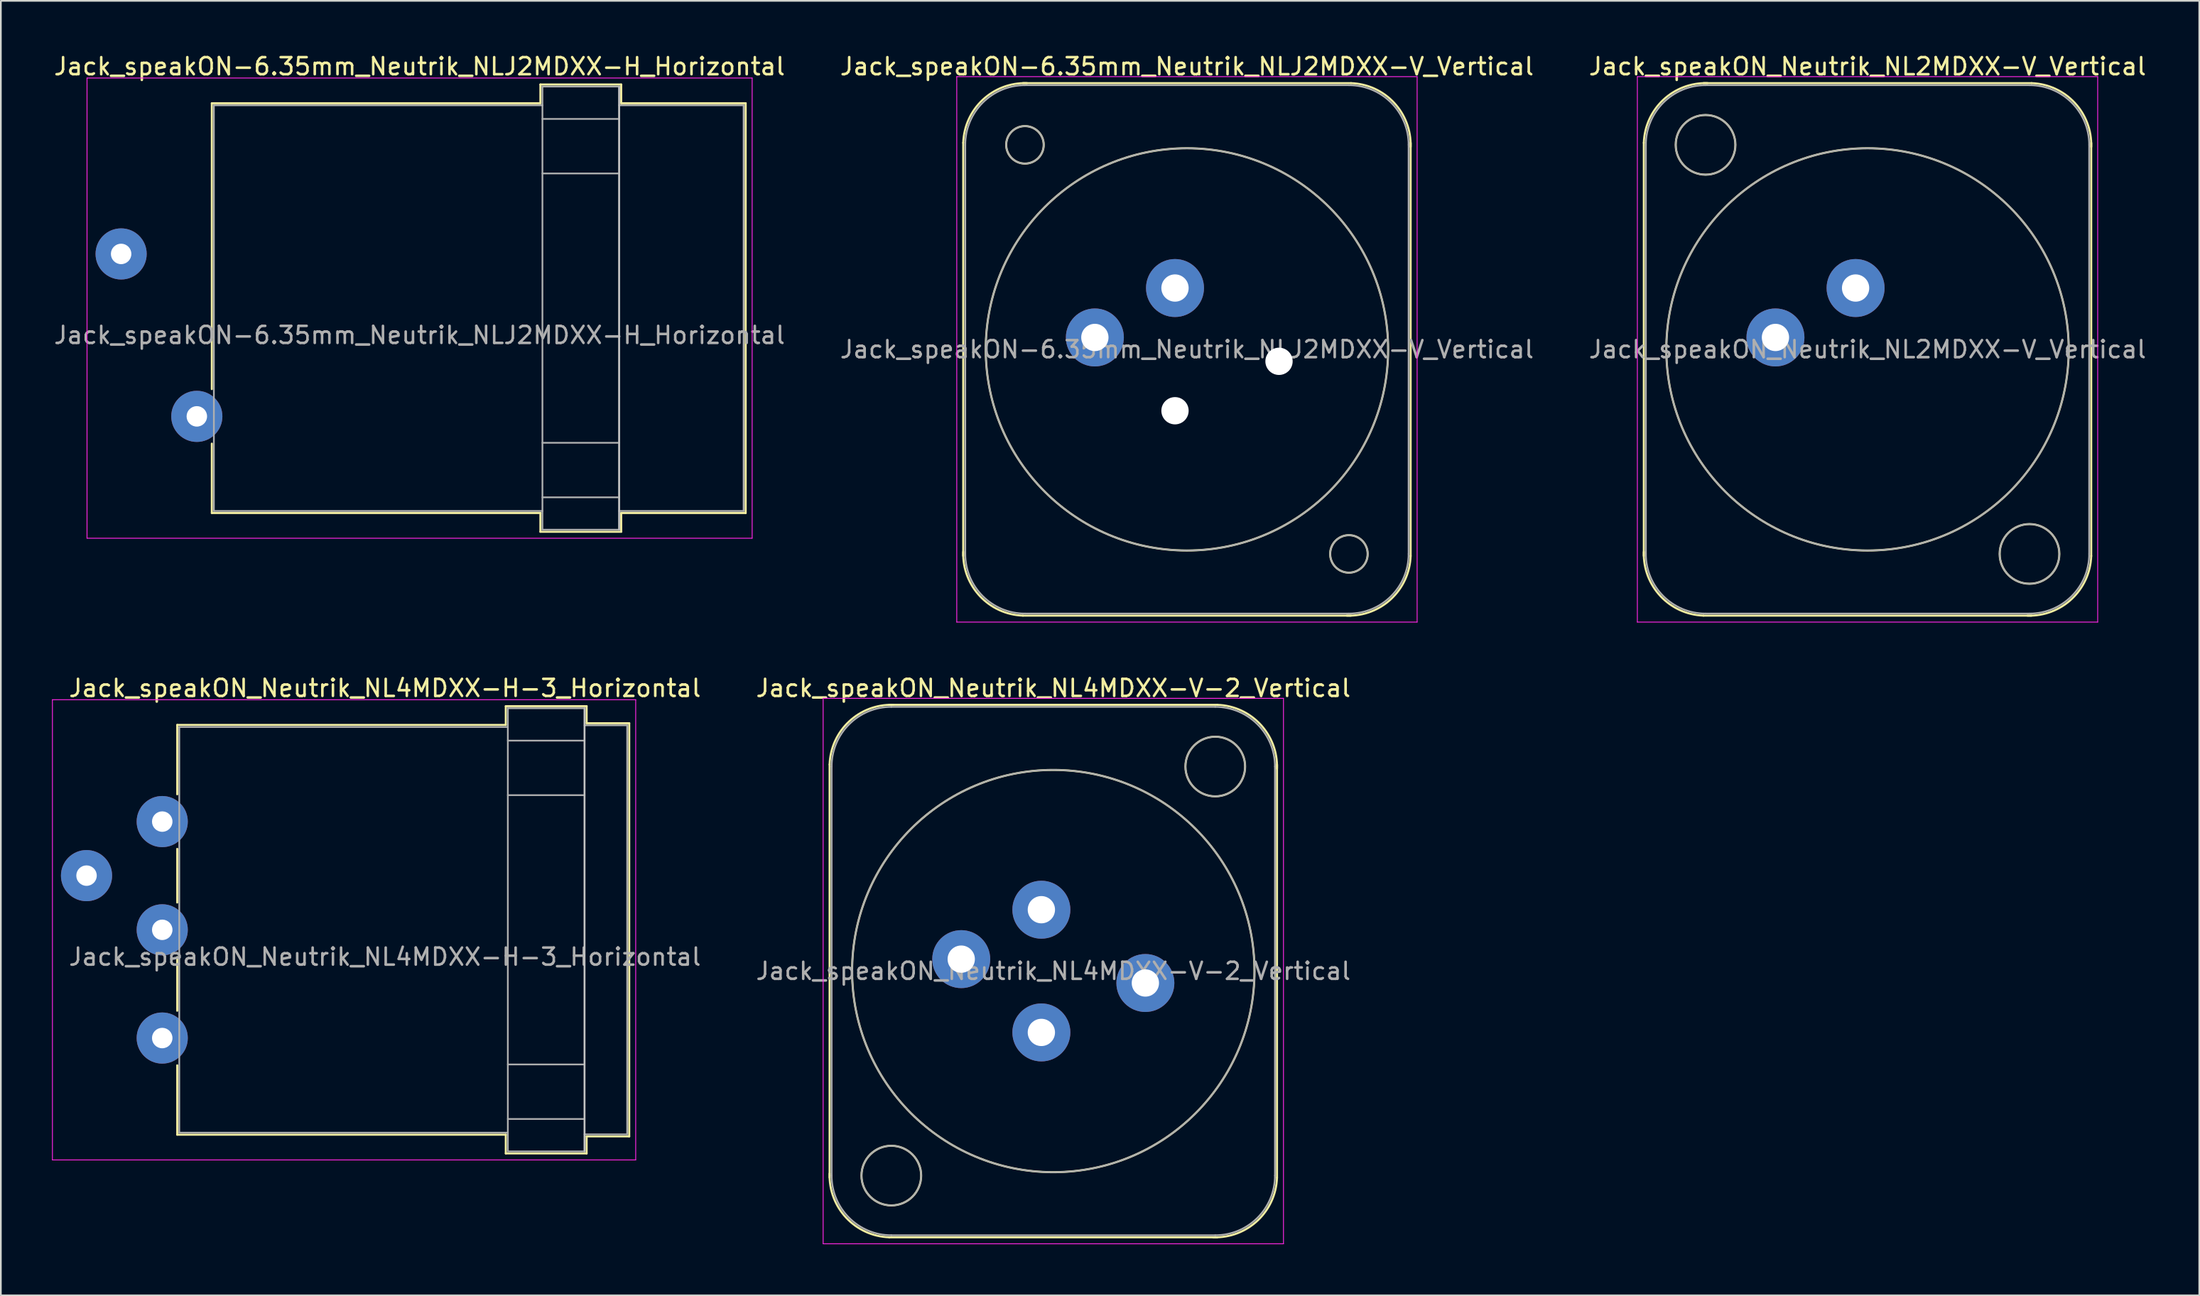
<source format=kicad_pcb>
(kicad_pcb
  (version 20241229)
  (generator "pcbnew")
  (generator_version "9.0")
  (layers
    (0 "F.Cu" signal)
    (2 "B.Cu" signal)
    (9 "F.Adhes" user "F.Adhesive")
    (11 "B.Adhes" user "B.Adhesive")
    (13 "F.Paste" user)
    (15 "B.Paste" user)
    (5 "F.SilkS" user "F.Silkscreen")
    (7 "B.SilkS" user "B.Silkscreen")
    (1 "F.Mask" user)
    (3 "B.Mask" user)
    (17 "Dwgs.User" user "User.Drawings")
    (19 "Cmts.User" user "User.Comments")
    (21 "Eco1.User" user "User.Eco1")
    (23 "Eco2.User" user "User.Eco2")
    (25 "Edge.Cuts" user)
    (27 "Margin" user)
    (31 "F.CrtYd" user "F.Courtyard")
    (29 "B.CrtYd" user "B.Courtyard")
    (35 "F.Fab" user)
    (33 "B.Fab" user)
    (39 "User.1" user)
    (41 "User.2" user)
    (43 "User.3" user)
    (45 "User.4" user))
  (footprint "Jack_speakON_Neutrik_NL2MDXX-V_Vertical"
    (layer "F.Cu")
    (at 105.782 13.848)
    (property "Reference" "Jack_speakON_Neutrik_NL2MDXX-V_Vertical" (at 0.7 -13 0) (layer "F.SilkS") (effects (font (size 1 1) (thickness 0.15))))
    (attr through_hole)
    (fp_line (start -12.42 15.72) (end -12.42 -8.52) (stroke (width 0.12) (type solid)) (layer "F.SilkS"))
    (fp_line (start -8.92 -12.02) (end 10.32 -12.02) (stroke (width 0.12) (type solid)) (layer "F.SilkS"))
    (fp_line (start -8.92 19.22) (end 10.32 19.22) (stroke (width 0.12) (type solid)) (layer "F.SilkS"))
    (fp_line (start 13.82 15.72) (end 13.82 -8.52) (stroke (width 0.12) (type solid)) (layer "F.SilkS"))
    (fp_arc (start -12.42 -8.52) (mid -11.274874 -11.044579) (end -8.68 -12.02) (stroke (width 0.12) (type solid)) (layer "F.SilkS"))
    (fp_arc (start -8.92 19.22) (mid -11.444579 18.074874) (end -12.42 15.48) (stroke (width 0.12) (type solid)) (layer "F.SilkS"))
    (fp_arc (start 10.32 -12.02) (mid 12.844579 -10.874874) (end 13.82 -8.28) (stroke (width 0.12) (type solid)) (layer "F.SilkS"))
    (fp_arc (start 13.82 15.72) (mid 12.674874 18.244579) (end 10.08 19.22) (stroke (width 0.12) (type solid)) (layer "F.SilkS"))
    (fp_circle (center -8.8 -8.4) (end -7.05 -8.4) (stroke (width 0.12) (type solid)) (fill no) (layer "F.SilkS"))
    (fp_circle (center 0.7 3.6) (end 12.5 3.6) (stroke (width 0.12) (type solid)) (fill no) (layer "F.SilkS"))
    (fp_circle (center 10.2 15.6) (end 11.95 15.6) (stroke (width 0.12) (type solid)) (fill no) (layer "F.SilkS"))
    (fp_line (start -12.8 -12.4) (end 14.2 -12.4) (stroke (width 0.05) (type solid)) (layer "F.CrtYd"))
    (fp_line (start -12.8 19.6) (end -12.8 -12.4) (stroke (width 0.05) (type solid)) (layer "F.CrtYd"))
    (fp_line (start -12.8 19.6) (end 14.2 19.6) (stroke (width 0.05) (type solid)) (layer "F.CrtYd"))
    (fp_line (start 14.2 19.6) (end 14.2 -12.4) (stroke (width 0.05) (type solid)) (layer "F.CrtYd"))
    (fp_line (start -12.3 15.6) (end -12.3 -8.4) (stroke (width 0.1) (type solid)) (layer "F.Fab"))
    (fp_line (start -8.8 -11.9) (end 10.2 -11.9) (stroke (width 0.1) (type solid)) (layer "F.Fab"))
    (fp_line (start -8.8 19.1) (end 10.2 19.1) (stroke (width 0.1) (type solid)) (layer "F.Fab"))
    (fp_line (start 13.7 15.6) (end 13.7 -8.4) (stroke (width 0.1) (type solid)) (layer "F.Fab"))
    (fp_arc (start -12.3 -8.4) (mid -11.274874 -10.874874) (end -8.8 -11.9) (stroke (width 0.1) (type solid)) (layer "F.Fab"))
    (fp_arc (start -8.8 19.1) (mid -11.274874 18.074874) (end -12.3 15.6) (stroke (width 0.1) (type solid)) (layer "F.Fab"))
    (fp_arc (start 10.2 -11.9) (mid 12.674874 -10.874874) (end 13.7 -8.4) (stroke (width 0.1) (type solid)) (layer "F.Fab"))
    (fp_arc (start 13.7 15.6) (mid 12.674874 18.074874) (end 10.2 19.1) (stroke (width 0.1) (type solid)) (layer "F.Fab"))
    (fp_circle (center -8.8 -8.4) (end -7.05 -8.4) (stroke (width 0.1) (type solid)) (fill no) (layer "F.Fab"))
    (fp_circle (center 0.7 3.6) (end 12.5 3.6) (stroke (width 0.1) (type solid)) (fill no) (layer "F.Fab"))
    (fp_circle (center 10.2 15.6) (end 8.45 15.6) (stroke (width 0.1) (type solid)) (fill no) (layer "F.Fab"))
    (fp_text user "${REFERENCE}" (at 0.7 3.6 0) (layer "F.Fab") (effects (font (size 1 1) (thickness 0.15))))
    (pad "1+" thru_hole circle (at 0 0) (size 3.4 3.4) (drill 1.6) (layers "*.Cu" "*.Mask"))
    (pad "1-" thru_hole circle (at -4.7 2.9) (size 3.4 3.4) (drill 1.6) (layers "*.Cu" "*.Mask")))
  (footprint "Jack_speakON_Neutrik_NL4MDXX-V-2_Vertical"
    (layer "F.Cu")
    (at 58.027 50.322)
    (property "Reference" "Jack_speakON_Neutrik_NL4MDXX-V-2_Vertical" (at 0.7 -13 0) (layer "F.SilkS") (effects (font (size 1 1) (thickness 0.15))))
    (attr through_hole)
    (fp_line (start -12.42 15.72) (end -12.42 -8.52) (stroke (width 0.12) (type solid)) (layer "F.SilkS"))
    (fp_line (start -8.92 -12.02) (end 10.32 -12.02) (stroke (width 0.12) (type solid)) (layer "F.SilkS"))
    (fp_line (start -8.92 19.22) (end 10.32 19.22) (stroke (width 0.12) (type solid)) (layer "F.SilkS"))
    (fp_line (start 13.82 15.72) (end 13.82 -8.52) (stroke (width 0.12) (type solid)) (layer "F.SilkS"))
    (fp_arc (start -12.42 -8.52) (mid -11.274874 -11.044579) (end -8.68 -12.02) (stroke (width 0.12) (type solid)) (layer "F.SilkS"))
    (fp_arc (start -8.92 19.22) (mid -11.444579 18.074874) (end -12.42 15.48) (stroke (width 0.12) (type solid)) (layer "F.SilkS"))
    (fp_arc (start 10.32 -12.02) (mid 12.844579 -10.874874) (end 13.82 -8.28) (stroke (width 0.12) (type solid)) (layer "F.SilkS"))
    (fp_arc (start 13.82 15.72) (mid 12.674874 18.244579) (end 10.08 19.22) (stroke (width 0.12) (type solid)) (layer "F.SilkS"))
    (fp_circle (center -8.8 15.6) (end -7.05 15.6) (stroke (width 0.12) (type solid)) (fill no) (layer "F.SilkS"))
    (fp_circle (center 0.7 3.6) (end 12.5 3.6) (stroke (width 0.12) (type solid)) (fill no) (layer "F.SilkS"))
    (fp_circle (center 10.2 -8.4) (end 11.95 -8.4) (stroke (width 0.12) (type solid)) (fill no) (layer "F.SilkS"))
    (fp_line (start -12.8 -12.4) (end 14.2 -12.4) (stroke (width 0.05) (type solid)) (layer "F.CrtYd"))
    (fp_line (start -12.8 19.6) (end -12.8 -12.4) (stroke (width 0.05) (type solid)) (layer "F.CrtYd"))
    (fp_line (start -12.8 19.6) (end 14.2 19.6) (stroke (width 0.05) (type solid)) (layer "F.CrtYd"))
    (fp_line (start 14.2 19.6) (end 14.2 -12.4) (stroke (width 0.05) (type solid)) (layer "F.CrtYd"))
    (fp_line (start -12.3 15.6) (end -12.3 -8.4) (stroke (width 0.1) (type solid)) (layer "F.Fab"))
    (fp_line (start -8.8 -11.9) (end 10.2 -11.9) (stroke (width 0.1) (type solid)) (layer "F.Fab"))
    (fp_line (start -8.8 19.1) (end 10.2 19.1) (stroke (width 0.1) (type solid)) (layer "F.Fab"))
    (fp_line (start 13.7 15.6) (end 13.7 -8.4) (stroke (width 0.1) (type solid)) (layer "F.Fab"))
    (fp_arc (start -12.3 -8.4) (mid -11.274874 -10.874874) (end -8.8 -11.9) (stroke (width 0.1) (type solid)) (layer "F.Fab"))
    (fp_arc (start -8.8 19.1) (mid -11.274874 18.074874) (end -12.3 15.6) (stroke (width 0.1) (type solid)) (layer "F.Fab"))
    (fp_arc (start 10.2 -11.9) (mid 12.674874 -10.874874) (end 13.7 -8.4) (stroke (width 0.1) (type solid)) (layer "F.Fab"))
    (fp_arc (start 13.7 15.6) (mid 12.674874 18.074874) (end 10.2 19.1) (stroke (width 0.1) (type solid)) (layer "F.Fab"))
    (fp_circle (center -8.8 15.6) (end -10.55 15.6) (stroke (width 0.1) (type solid)) (fill no) (layer "F.Fab"))
    (fp_circle (center 0.7 3.6) (end 12.5 3.6) (stroke (width 0.1) (type solid)) (fill no) (layer "F.Fab"))
    (fp_circle (center 10.2 -8.4) (end 11.95 -8.4) (stroke (width 0.1) (type solid)) (fill no) (layer "F.Fab"))
    (fp_text user "${REFERENCE}" (at 0.7 3.6 0) (layer "F.Fab") (effects (font (size 1 1) (thickness 0.15))))
    (pad "1+" thru_hole circle (at 0 0) (size 3.4 3.4) (drill 1.6) (layers "*.Cu" "*.Mask"))
    (pad "1-" thru_hole circle (at -4.7 2.9) (size 3.4 3.4) (drill 1.6) (layers "*.Cu" "*.Mask"))
    (pad "2+" thru_hole circle (at 0 7.2) (size 3.4 3.4) (drill 1.6) (layers "*.Cu" "*.Mask"))
    (pad "2-" thru_hole circle (at 6.1 4.3) (size 3.4 3.4) (drill 1.6) (layers "*.Cu" "*.Mask")))
  (footprint "Jack_speakON-6.35mm_Neutrik_NLJ2MDXX-V_Vertical"
    (layer "F.Cu")
    (at 65.865 13.848)
    (property "Reference" "Jack_speakON-6.35mm_Neutrik_NLJ2MDXX-V_Vertical" (at 0.7 -13 0) (layer "F.SilkS") (effects (font (size 1 1) (thickness 0.15))))
    (attr through_hole)
    (fp_line (start -12.42 15.72) (end -12.42 -8.52) (stroke (width 0.12) (type solid)) (layer "F.SilkS"))
    (fp_line (start -8.92 -12.02) (end 10.32 -12.02) (stroke (width 0.12) (type solid)) (layer "F.SilkS"))
    (fp_line (start -8.92 19.22) (end 10.32 19.22) (stroke (width 0.12) (type solid)) (layer "F.SilkS"))
    (fp_line (start 13.82 15.72) (end 13.82 -8.52) (stroke (width 0.12) (type solid)) (layer "F.SilkS"))
    (fp_arc (start -12.42 -8.52) (mid -11.274874 -11.044579) (end -8.68 -12.02) (stroke (width 0.12) (type solid)) (layer "F.SilkS"))
    (fp_arc (start -8.92 19.22) (mid -11.444579 18.074874) (end -12.42 15.48) (stroke (width 0.12) (type solid)) (layer "F.SilkS"))
    (fp_arc (start 10.32 -12.02) (mid 12.844579 -10.874874) (end 13.82 -8.28) (stroke (width 0.12) (type solid)) (layer "F.SilkS"))
    (fp_arc (start 13.82 15.72) (mid 12.674874 18.244579) (end 10.08 19.22) (stroke (width 0.12) (type solid)) (layer "F.SilkS"))
    (fp_circle (center -8.8 -8.4) (end -7.7 -8.4) (stroke (width 0.12) (type solid)) (fill no) (layer "F.SilkS"))
    (fp_circle (center 0.7 3.6) (end 12.5 3.6) (stroke (width 0.12) (type solid)) (fill no) (layer "F.SilkS"))
    (fp_circle (center 10.2 15.6) (end 11.3 15.6) (stroke (width 0.12) (type solid)) (fill no) (layer "F.SilkS"))
    (fp_line (start -12.8 -12.4) (end 14.2 -12.4) (stroke (width 0.05) (type solid)) (layer "F.CrtYd"))
    (fp_line (start -12.8 19.6) (end -12.8 -12.4) (stroke (width 0.05) (type solid)) (layer "F.CrtYd"))
    (fp_line (start -12.8 19.6) (end 14.2 19.6) (stroke (width 0.05) (type solid)) (layer "F.CrtYd"))
    (fp_line (start 14.2 19.6) (end 14.2 -12.4) (stroke (width 0.05) (type solid)) (layer "F.CrtYd"))
    (fp_line (start -12.3 15.6) (end -12.3 -8.4) (stroke (width 0.1) (type solid)) (layer "F.Fab"))
    (fp_line (start -8.8 -11.9) (end 10.2 -11.9) (stroke (width 0.1) (type solid)) (layer "F.Fab"))
    (fp_line (start -8.8 19.1) (end 10.2 19.1) (stroke (width 0.1) (type solid)) (layer "F.Fab"))
    (fp_line (start 13.7 15.6) (end 13.7 -8.4) (stroke (width 0.1) (type solid)) (layer "F.Fab"))
    (fp_arc (start -12.3 -8.4) (mid -11.274874 -10.874874) (end -8.8 -11.9) (stroke (width 0.1) (type solid)) (layer "F.Fab"))
    (fp_arc (start -8.8 19.1) (mid -11.274874 18.074874) (end -12.3 15.6) (stroke (width 0.1) (type solid)) (layer "F.Fab"))
    (fp_arc (start 10.2 -11.9) (mid 12.674874 -10.874874) (end 13.7 -8.4) (stroke (width 0.1) (type solid)) (layer "F.Fab"))
    (fp_arc (start 13.7 15.6) (mid 12.674874 18.074874) (end 10.2 19.1) (stroke (width 0.1) (type solid)) (layer "F.Fab"))
    (fp_circle (center -8.8 -8.4) (end -7.7 -8.4) (stroke (width 0.1) (type solid)) (fill no) (layer "F.Fab"))
    (fp_circle (center 0.7 3.6) (end 12.5 3.6) (stroke (width 0.1) (type solid)) (fill no) (layer "F.Fab"))
    (fp_circle (center 10.2 15.6) (end 9.1 15.6) (stroke (width 0.1) (type solid)) (fill no) (layer "F.Fab"))
    (fp_text user "${REFERENCE}" (at 0.7 3.6 0) (layer "F.Fab") (effects (font (size 1 1) (thickness 0.15))))
    (pad "" np_thru_hole circle (at 0 7.2) (size 1.6 1.6) (drill 1.6) (layers "*.Cu" "*.Mask"))
    (pad "" np_thru_hole circle (at 6.1 4.3) (size 1.6 1.6) (drill 1.6) (layers "*.Cu" "*.Mask"))
    (pad "1+" thru_hole circle (at 0 0) (size 3.4 3.4) (drill 1.6) (layers "*.Cu" "*.Mask"))
    (pad "1-" thru_hole circle (at -4.7 2.9) (size 3.4 3.4) (drill 1.6) (layers "*.Cu" "*.Mask")))
  (footprint "Jack_speakON-6.35mm_Neutrik_NLJ2MDXX-H_Horizontal"
    (layer "F.Cu")
    (at 4.054 11.848)
    (property "Reference" "Jack_speakON-6.35mm_Neutrik_NLJ2MDXX-H_Horizontal" (at 17.5 -11 0) (layer "F.SilkS") (effects (font (size 1 1) (thickness 0.15))))
    (attr through_hole)
    (fp_line (start 5.32 -8.84) (end 24.59 -8.84) (stroke (width 0.12) (type solid)) (layer "F.SilkS"))
    (fp_line (start 5.32 7.93) (end 5.32 -8.84) (stroke (width 0.12) (type solid)) (layer "F.SilkS"))
    (fp_line (start 5.32 15.2) (end 5.32 11.13) (stroke (width 0.12) (type solid)) (layer "F.SilkS"))
    (fp_line (start 5.32 15.2) (end 24.6 15.2) (stroke (width 0.12) (type solid)) (layer "F.SilkS"))
    (fp_line (start 24.59 -9.94) (end 24.59 -8.84) (stroke (width 0.12) (type solid)) (layer "F.SilkS"))
    (fp_line (start 24.59 -9.94) (end 29.33 -9.94) (stroke (width 0.12) (type solid)) (layer "F.SilkS"))
    (fp_line (start 24.59 16.3) (end 24.59 15.2) (stroke (width 0.12) (type solid)) (layer "F.SilkS"))
    (fp_line (start 24.59 16.3) (end 29.33 16.3) (stroke (width 0.12) (type solid)) (layer "F.SilkS"))
    (fp_line (start 29.33 -9.94) (end 29.33 -8.84) (stroke (width 0.12) (type solid)) (layer "F.SilkS"))
    (fp_line (start 29.33 16.3) (end 29.33 15.2) (stroke (width 0.12) (type solid)) (layer "F.SilkS"))
    (fp_line (start 36.63 -8.84) (end 29.33 -8.84) (stroke (width 0.12) (type solid)) (layer "F.SilkS"))
    (fp_line (start 36.63 15.2) (end 29.33 15.2) (stroke (width 0.12) (type solid)) (layer "F.SilkS"))
    (fp_line (start 36.63 15.2) (end 36.63 -8.84) (stroke (width 0.12) (type solid)) (layer "F.SilkS"))
    (fp_line (start 29.21 16.18) (end 29.21 -9.82) (stroke (width 0.1) (type solid)) (layer "Dwgs.User"))
    (fp_line (start -2 16.68) (end -2 -10.32) (stroke (width 0.05) (type solid)) (layer "F.CrtYd"))
    (fp_line (start -2 16.68) (end 37.01 16.68) (stroke (width 0.05) (type solid)) (layer "F.CrtYd"))
    (fp_line (start 37.01 -10.32) (end -2 -10.32) (stroke (width 0.05) (type solid)) (layer "F.CrtYd"))
    (fp_line (start 37.01 -10.32) (end 37.01 16.68) (stroke (width 0.05) (type solid)) (layer "F.CrtYd"))
    (fp_line (start 5.44 -8.72) (end 24.71 -8.72) (stroke (width 0.1) (type solid)) (layer "F.Fab"))
    (fp_line (start 5.44 15.08) (end 5.44 -8.72) (stroke (width 0.1) (type solid)) (layer "F.Fab"))
    (fp_line (start 5.44 15.08) (end 24.71 15.08) (stroke (width 0.1) (type solid)) (layer "F.Fab"))
    (fp_line (start 24.71 -9.82) (end 29.21 -9.82) (stroke (width 0.1) (type solid)) (layer "F.Fab"))
    (fp_line (start 24.71 -7.92) (end 29.21 -7.92) (stroke (width 0.1) (type solid)) (layer "F.Fab"))
    (fp_line (start 24.71 -4.72) (end 29.21 -4.72) (stroke (width 0.1) (type solid)) (layer "F.Fab"))
    (fp_line (start 24.71 11.08) (end 29.21 11.08) (stroke (width 0.1) (type solid)) (layer "F.Fab"))
    (fp_line (start 24.71 14.28) (end 29.21 14.28) (stroke (width 0.1) (type solid)) (layer "F.Fab"))
    (fp_line (start 24.71 16.18) (end 24.71 -9.82) (stroke (width 0.1) (type solid)) (layer "F.Fab"))
    (fp_line (start 24.71 16.18) (end 29.21 16.18) (stroke (width 0.1) (type solid)) (layer "F.Fab"))
    (fp_line (start 29.21 16.18) (end 29.21 -9.82) (stroke (width 0.1) (type solid)) (layer "F.Fab"))
    (fp_line (start 36.51 -8.72) (end 29.21 -8.72) (stroke (width 0.1) (type solid)) (layer "F.Fab"))
    (fp_line (start 36.51 15.08) (end 29.21 15.08) (stroke (width 0.1) (type solid)) (layer "F.Fab"))
    (fp_line (start 36.51 15.08) (end 36.51 -8.72) (stroke (width 0.1) (type solid)) (layer "F.Fab"))
    (fp_text user "${REFERENCE}" (at 17.5 4.765 0) (layer "F.Fab") (effects (font (size 1 1) (thickness 0.15))))
    (pad "1+" thru_hole circle (at 0 0) (size 3 3) (drill 1.2) (layers "*.Cu" "*.Mask"))
    (pad "1-" thru_hole circle (at 4.44 9.53) (size 3 3) (drill 1.2) (layers "*.Cu" "*.Mask")))
  (footprint "Jack_speakON_Neutrik_NL4MDXX-H-3_Horizontal"
    (layer "F.Cu")
    (at 2.025 48.322)
    (property "Reference" "Jack_speakON_Neutrik_NL4MDXX-H-3_Horizontal" (at 17.5 -11 0) (layer "F.SilkS") (effects (font (size 1 1) (thickness 0.15))))
    (attr through_hole)
    (fp_line (start 5.32 -8.84) (end 24.59 -8.84) (stroke (width 0.12) (type solid)) (layer "F.SilkS"))
    (fp_line (start 5.32 -4.77) (end 5.32 -8.84) (stroke (width 0.12) (type solid)) (layer "F.SilkS"))
    (fp_line (start 5.32 1.58) (end 5.32 -1.57) (stroke (width 0.12) (type solid)) (layer "F.SilkS"))
    (fp_line (start 5.32 7.93) (end 5.32 4.78) (stroke (width 0.12) (type solid)) (layer "F.SilkS"))
    (fp_line (start 5.32 15.2) (end 5.32 11.13) (stroke (width 0.12) (type solid)) (layer "F.SilkS"))
    (fp_line (start 5.32 15.2) (end 24.6 15.2) (stroke (width 0.12) (type solid)) (layer "F.SilkS"))
    (fp_line (start 24.59 -9.94) (end 24.59 -8.84) (stroke (width 0.12) (type solid)) (layer "F.SilkS"))
    (fp_line (start 24.59 -9.94) (end 29.33 -9.94) (stroke (width 0.12) (type solid)) (layer "F.SilkS"))
    (fp_line (start 24.59 16.3) (end 24.59 15.2) (stroke (width 0.12) (type solid)) (layer "F.SilkS"))
    (fp_line (start 24.59 16.3) (end 29.33 16.3) (stroke (width 0.12) (type solid)) (layer "F.SilkS"))
    (fp_line (start 29.33 -9.94) (end 29.33 -8.94) (stroke (width 0.12) (type solid)) (layer "F.SilkS"))
    (fp_line (start 29.33 16.3) (end 29.33 15.3) (stroke (width 0.12) (type solid)) (layer "F.SilkS"))
    (fp_line (start 31.83 -8.94) (end 29.33 -8.94) (stroke (width 0.12) (type solid)) (layer "F.SilkS"))
    (fp_line (start 31.83 15.3) (end 29.33 15.3) (stroke (width 0.12) (type solid)) (layer "F.SilkS"))
    (fp_line (start 31.83 15.3) (end 31.83 -8.94) (stroke (width 0.12) (type solid)) (layer "F.SilkS"))
    (fp_line (start 29.21 16.18) (end 29.21 -9.82) (stroke (width 0.1) (type solid)) (layer "Dwgs.User"))
    (fp_line (start -2 16.68) (end -2 -10.32) (stroke (width 0.05) (type solid)) (layer "F.CrtYd"))
    (fp_line (start -2 16.68) (end 32.21 16.68) (stroke (width 0.05) (type solid)) (layer "F.CrtYd"))
    (fp_line (start 32.21 -10.32) (end -2 -10.32) (stroke (width 0.05) (type solid)) (layer "F.CrtYd"))
    (fp_line (start 32.21 -10.32) (end 32.21 16.68) (stroke (width 0.05) (type solid)) (layer "F.CrtYd"))
    (fp_line (start 5.44 -8.72) (end 24.71 -8.72) (stroke (width 0.1) (type solid)) (layer "F.Fab"))
    (fp_line (start 5.44 15.08) (end 5.44 -8.72) (stroke (width 0.1) (type solid)) (layer "F.Fab"))
    (fp_line (start 5.44 15.08) (end 24.71 15.08) (stroke (width 0.1) (type solid)) (layer "F.Fab"))
    (fp_line (start 24.71 -9.82) (end 29.21 -9.82) (stroke (width 0.1) (type solid)) (layer "F.Fab"))
    (fp_line (start 24.71 -7.92) (end 29.21 -7.92) (stroke (width 0.1) (type solid)) (layer "F.Fab"))
    (fp_line (start 24.71 -4.72) (end 29.21 -4.72) (stroke (width 0.1) (type solid)) (layer "F.Fab"))
    (fp_line (start 24.71 11.08) (end 29.21 11.08) (stroke (width 0.1) (type solid)) (layer "F.Fab"))
    (fp_line (start 24.71 14.28) (end 29.21 14.28) (stroke (width 0.1) (type solid)) (layer "F.Fab"))
    (fp_line (start 24.71 16.18) (end 24.71 -9.82) (stroke (width 0.1) (type solid)) (layer "F.Fab"))
    (fp_line (start 24.71 16.18) (end 29.21 16.18) (stroke (width 0.1) (type solid)) (layer "F.Fab"))
    (fp_line (start 29.21 16.18) (end 29.21 -9.82) (stroke (width 0.1) (type solid)) (layer "F.Fab"))
    (fp_line (start 31.71 -8.82) (end 29.21 -8.82) (stroke (width 0.1) (type solid)) (layer "F.Fab"))
    (fp_line (start 31.71 15.18) (end 29.21 15.18) (stroke (width 0.1) (type solid)) (layer "F.Fab"))
    (fp_line (start 31.71 15.18) (end 31.71 -8.82) (stroke (width 0.1) (type solid)) (layer "F.Fab"))
    (fp_text user "${REFERENCE}" (at 17.5 4.765 0) (layer "F.Fab") (effects (font (size 1 1) (thickness 0.15))))
    (pad "1+" thru_hole circle (at 0 0) (size 3 3) (drill 1.2) (layers "*.Cu" "*.Mask"))
    (pad "1-" thru_hole circle (at 4.44 9.53) (size 3 3) (drill 1.2) (layers "*.Cu" "*.Mask"))
    (pad "2+" thru_hole circle (at 4.44 3.18) (size 3 3) (drill 1.2) (layers "*.Cu" "*.Mask"))
    (pad "2-" thru_hole circle (at 4.44 -3.17) (size 3 3) (drill 1.2) (layers "*.Cu" "*.Mask")))
  (gr_rect
    (start -3 -3)
    (end 125.94 72.947)
    (stroke (width 0.1) (type default))
    (fill no)
    (layer "Edge.Cuts")))
</source>
